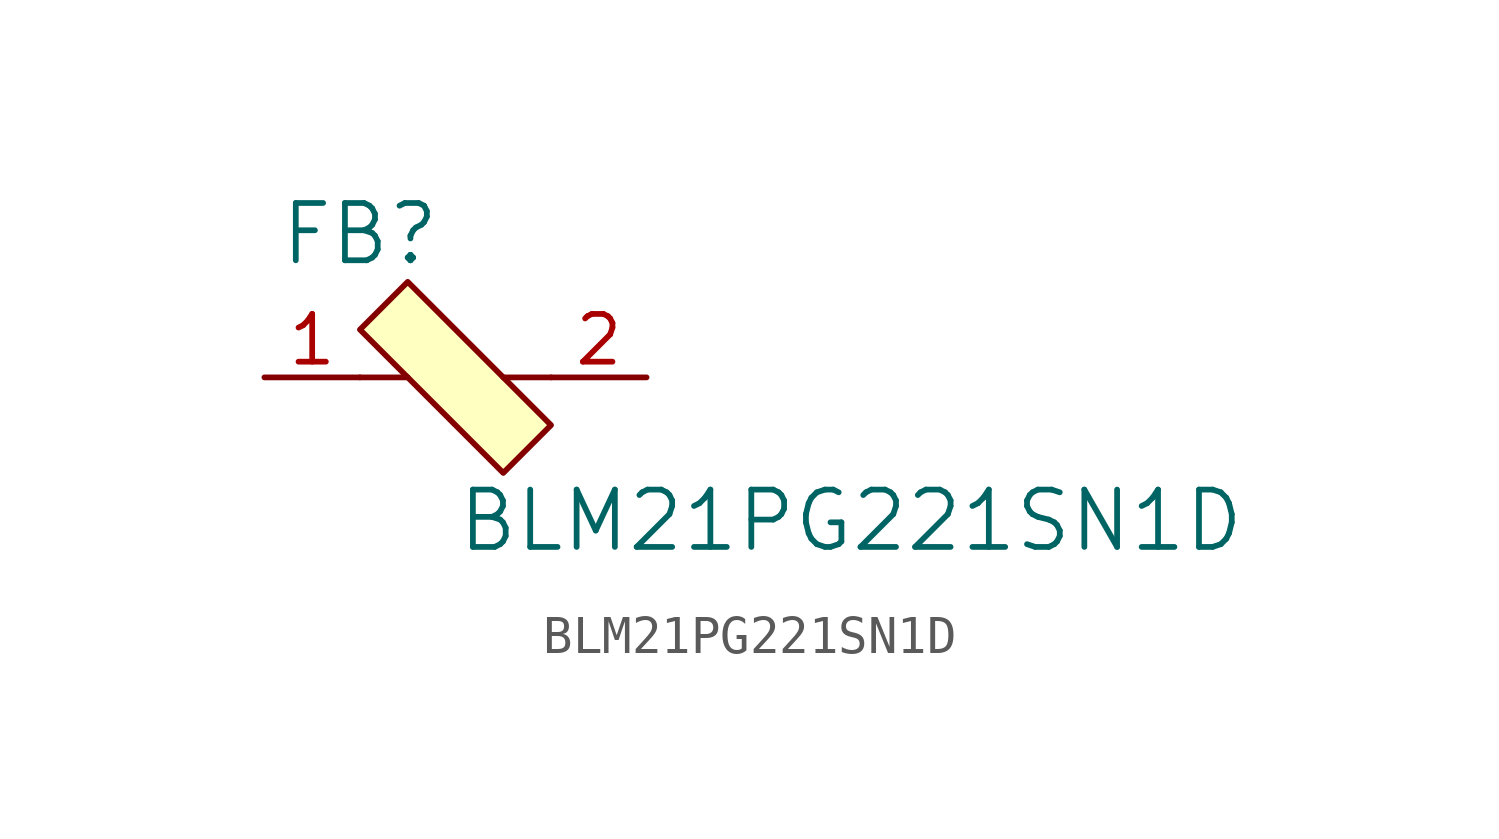
<source format=kicad_sym>
(kicad_symbol_lib
  (version 20220914)
  (generator kicad_symbol_editor)
  (symbol "BLM21PG221SN1D"
    (pin_names
      (offset 1.016))
    (property "Reference" "FB"
      (at -2.54 3.81 0)
      (effects (font (size 1.524 1.524))))
    (property "Value" "BLM21PG221SN1D"
      (at 0 -3.81 0)
      (effects (font (size 1.524 1.524)) (justify left)))
    (symbol "BLM21PG221SN1D_0_1"
      (polyline (pts (xy -1.27 0) (xy -2.54 0)) (stroke (width 0) (type default)) (fill (type none)))
      (polyline (pts (xy 1.27 0) (xy 2.54 0)) (stroke (width 0) (type default)) (fill (type none)))
      (polyline (pts (xy -1.27 2.54) (xy -2.54 1.27) (xy 1.27 -2.54) (xy 2.54 -1.27) (xy -1.27 2.54)) (stroke (width 0) (type default)) (fill (type background))))
    (symbol "BLM21PG221SN1D_1_1"
      (pin passive line (at -5.08 0 0) (length 2.54) (name "~" (effects (font (size 1.27 1.27)))) (number "1" (effects (font (size 1.27 1.27)))))
      (pin passive line (at 5.08 0 180) (length 2.54) (name "~" (effects (font (size 1.27 1.27)))) (number "2" (effects (font (size 1.27 1.27))))))))
</source>
